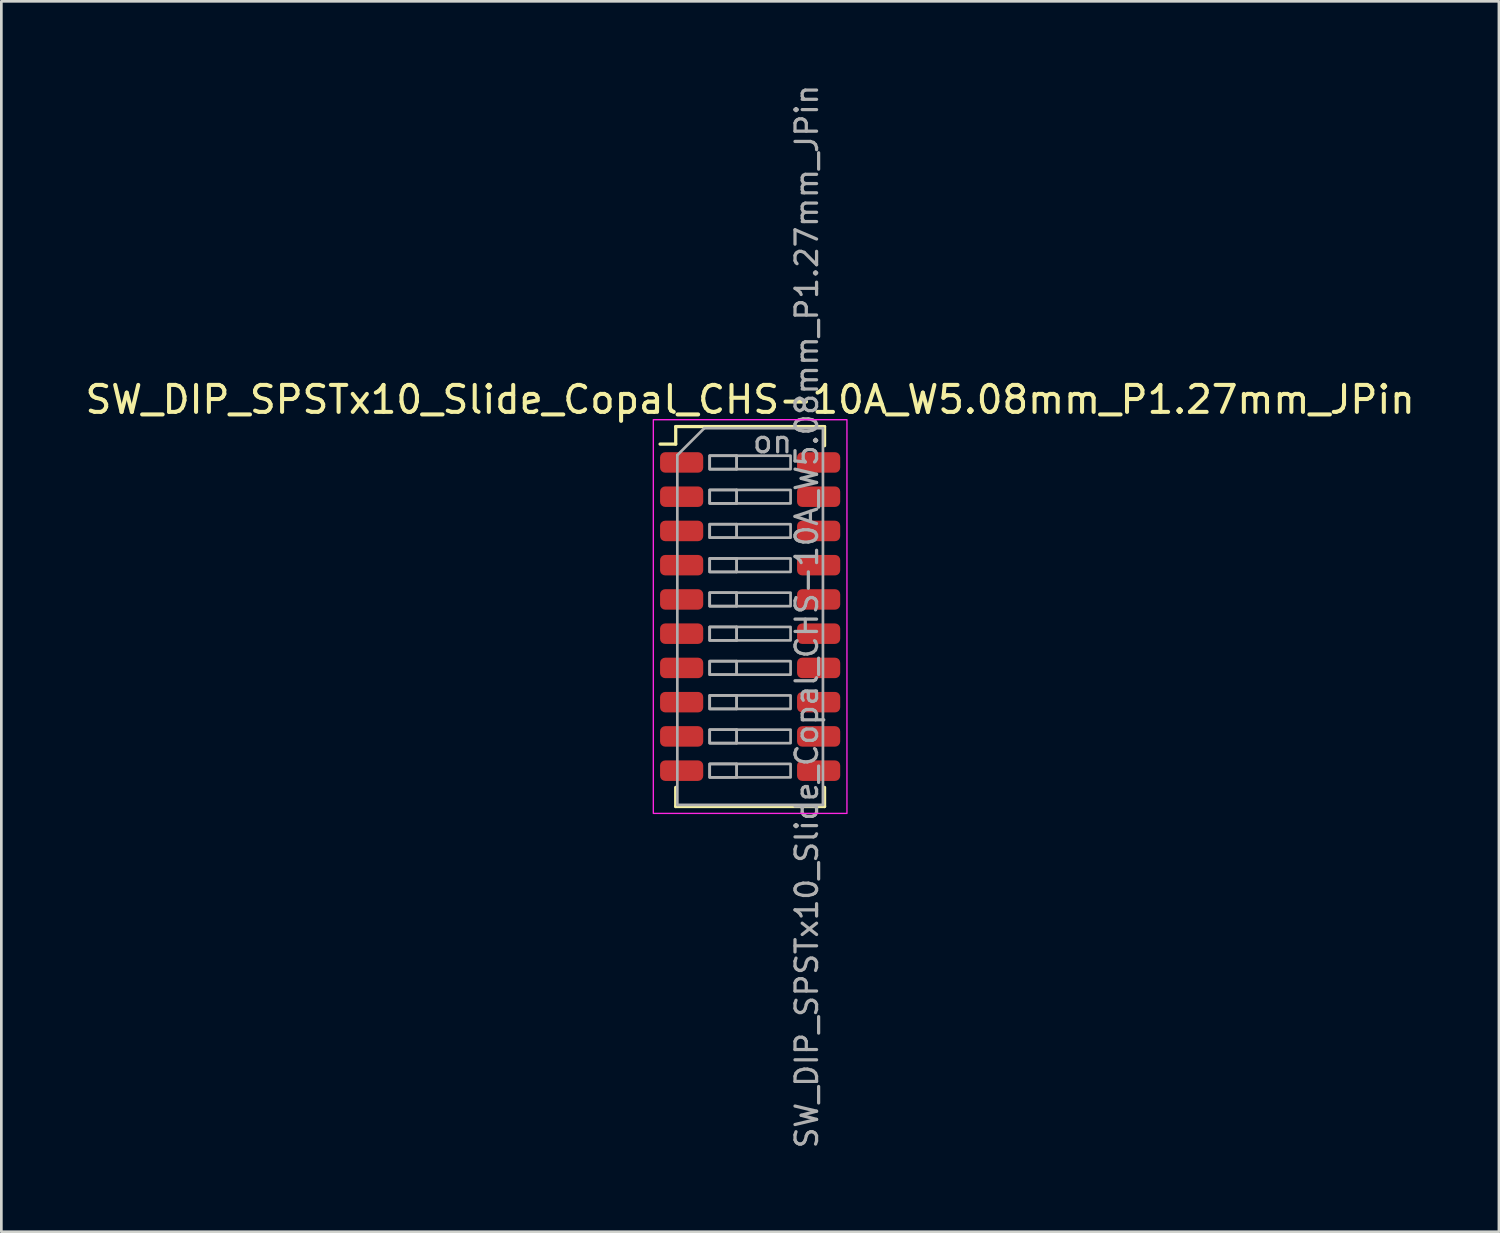
<source format=kicad_pcb>
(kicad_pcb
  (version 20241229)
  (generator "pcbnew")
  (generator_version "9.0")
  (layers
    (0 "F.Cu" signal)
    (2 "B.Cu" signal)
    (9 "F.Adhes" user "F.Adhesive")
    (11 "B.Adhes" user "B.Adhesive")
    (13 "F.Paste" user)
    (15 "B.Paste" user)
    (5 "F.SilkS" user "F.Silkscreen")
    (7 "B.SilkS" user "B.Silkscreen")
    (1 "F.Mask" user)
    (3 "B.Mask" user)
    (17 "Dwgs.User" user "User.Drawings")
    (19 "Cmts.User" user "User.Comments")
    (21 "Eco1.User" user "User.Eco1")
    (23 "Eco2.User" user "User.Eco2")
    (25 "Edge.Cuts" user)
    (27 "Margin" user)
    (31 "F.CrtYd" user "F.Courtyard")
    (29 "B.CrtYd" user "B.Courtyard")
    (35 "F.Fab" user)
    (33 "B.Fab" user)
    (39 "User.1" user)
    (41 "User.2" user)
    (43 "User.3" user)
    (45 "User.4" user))
  (footprint "SW_DIP_SPSTx10_Slide_Copal_CHS-10A_W5.08mm_P1.27mm_JPin"
    (layer "F.Cu")
    (at 24.768 19.814)
    (property "Reference" "SW_DIP_SPSTx10_Slide_Copal_CHS-10A_W5.08mm_P1.27mm_JPin" (at 0 -8.045 0) (layer "F.SilkS") (effects (font (size 1 1) (thickness 0.15))))
    (attr smd)
    (fp_line (start -3.34 -6.395) (end -2.76 -6.395) (stroke (width 0.12) (type solid)) (layer "F.SilkS"))
    (fp_line (start -2.76 -7.045) (end -2.76 -6.395) (stroke (width 0.12) (type solid)) (layer "F.SilkS"))
    (fp_line (start -2.76 -7.045) (end 2.76 -7.045) (stroke (width 0.12) (type solid)) (layer "F.SilkS"))
    (fp_line (start -2.76 7.045) (end -2.76 6.335) (stroke (width 0.12) (type solid)) (layer "F.SilkS"))
    (fp_line (start -2.76 7.045) (end 2.76 7.045) (stroke (width 0.12) (type solid)) (layer "F.SilkS"))
    (fp_line (start 2.76 -7.045) (end 2.76 -6.335) (stroke (width 0.12) (type solid)) (layer "F.SilkS"))
    (fp_line (start 2.76 7.045) (end 2.76 6.335) (stroke (width 0.12) (type solid)) (layer "F.SilkS"))
    (fp_rect (start -3.59 -7.3) (end 3.59 7.3) (stroke (width 0.05) (type solid)) (fill no) (layer "F.CrtYd"))
    (fp_line (start -2.7 -5.985) (end -1.7 -6.985) (stroke (width 0.1) (type solid)) (layer "F.Fab"))
    (fp_line (start -2.7 6.985) (end -2.7 -5.985) (stroke (width 0.1) (type solid)) (layer "F.Fab"))
    (fp_line (start -1.7 -6.985) (end 2.7 -6.985) (stroke (width 0.1) (type solid)) (layer "F.Fab"))
    (fp_line (start -0.5 -5.965) (end -0.5 -5.465) (stroke (width 0.1) (type solid)) (layer "F.Fab"))
    (fp_line (start -0.5 -4.695) (end -0.5 -4.195) (stroke (width 0.1) (type solid)) (layer "F.Fab"))
    (fp_line (start -0.5 -3.425) (end -0.5 -2.925) (stroke (width 0.1) (type solid)) (layer "F.Fab"))
    (fp_line (start -0.5 -2.155) (end -0.5 -1.655) (stroke (width 0.1) (type solid)) (layer "F.Fab"))
    (fp_line (start -0.5 -0.885) (end -0.5 -0.385) (stroke (width 0.1) (type solid)) (layer "F.Fab"))
    (fp_line (start -0.5 0.385) (end -0.5 0.885) (stroke (width 0.1) (type solid)) (layer "F.Fab"))
    (fp_line (start -0.5 1.655) (end -0.5 2.155) (stroke (width 0.1) (type solid)) (layer "F.Fab"))
    (fp_line (start -0.5 2.925) (end -0.5 3.425) (stroke (width 0.1) (type solid)) (layer "F.Fab"))
    (fp_line (start -0.5 4.195) (end -0.5 4.695) (stroke (width 0.1) (type solid)) (layer "F.Fab"))
    (fp_line (start -0.5 5.465) (end -0.5 5.965) (stroke (width 0.1) (type solid)) (layer "F.Fab"))
    (fp_line (start 2.7 -6.985) (end 2.7 6.985) (stroke (width 0.1) (type solid)) (layer "F.Fab"))
    (fp_line (start 2.7 6.985) (end -2.7 6.985) (stroke (width 0.1) (type solid)) (layer "F.Fab"))
    (fp_rect (start -1.5 -5.965) (end -0.5 -5.465) (stroke (width 0.1) (type solid)) (fill no) (layer "F.Fab"))
    (fp_rect (start -1.5 -5.965) (end 1.5 -5.465) (stroke (width 0.1) (type solid)) (fill no) (layer "F.Fab"))
    (fp_rect (start -1.5 -4.695) (end -0.5 -4.195) (stroke (width 0.1) (type solid)) (fill no) (layer "F.Fab"))
    (fp_rect (start -1.5 -4.695) (end 1.5 -4.195) (stroke (width 0.1) (type solid)) (fill no) (layer "F.Fab"))
    (fp_rect (start -1.5 -3.425) (end -0.5 -2.925) (stroke (width 0.1) (type solid)) (fill no) (layer "F.Fab"))
    (fp_rect (start -1.5 -3.425) (end 1.5 -2.925) (stroke (width 0.1) (type solid)) (fill no) (layer "F.Fab"))
    (fp_rect (start -1.5 -2.155) (end -0.5 -1.655) (stroke (width 0.1) (type solid)) (fill no) (layer "F.Fab"))
    (fp_rect (start -1.5 -2.155) (end 1.5 -1.655) (stroke (width 0.1) (type solid)) (fill no) (layer "F.Fab"))
    (fp_rect (start -1.5 -0.885) (end -0.5 -0.385) (stroke (width 0.1) (type solid)) (fill no) (layer "F.Fab"))
    (fp_rect (start -1.5 -0.885) (end 1.5 -0.385) (stroke (width 0.1) (type solid)) (fill no) (layer "F.Fab"))
    (fp_rect (start -1.5 0.385) (end -0.5 0.885) (stroke (width 0.1) (type solid)) (fill no) (layer "F.Fab"))
    (fp_rect (start -1.5 0.385) (end 1.5 0.885) (stroke (width 0.1) (type solid)) (fill no) (layer "F.Fab"))
    (fp_rect (start -1.5 1.655) (end -0.5 2.155) (stroke (width 0.1) (type solid)) (fill no) (layer "F.Fab"))
    (fp_rect (start -1.5 1.655) (end 1.5 2.155) (stroke (width 0.1) (type solid)) (fill no) (layer "F.Fab"))
    (fp_rect (start -1.5 2.925) (end -0.5 3.425) (stroke (width 0.1) (type solid)) (fill no) (layer "F.Fab"))
    (fp_rect (start -1.5 2.925) (end 1.5 3.425) (stroke (width 0.1) (type solid)) (fill no) (layer "F.Fab"))
    (fp_rect (start -1.5 4.195) (end -0.5 4.695) (stroke (width 0.1) (type solid)) (fill no) (layer "F.Fab"))
    (fp_rect (start -1.5 4.195) (end 1.5 4.695) (stroke (width 0.1) (type solid)) (fill no) (layer "F.Fab"))
    (fp_rect (start -1.5 5.465) (end -0.5 5.965) (stroke (width 0.1) (type solid)) (fill no) (layer "F.Fab"))
    (fp_rect (start -1.5 5.465) (end 1.5 5.965) (stroke (width 0.1) (type solid)) (fill no) (layer "F.Fab"))
    (fp_text user "on" (at 0.83 -6.475 0) (layer "F.Fab") (effects (font (size 0.8 0.8) (thickness 0.12))))
    (fp_text user "${REFERENCE}" (at 2.1 0 90) (layer "F.Fab") (effects (font (size 0.8 0.8) (thickness 0.12))))
    (pad "1" smd roundrect (at -2.54 -5.715) (size 1.6 0.76) (layers "F.Cu" "F.Mask" "F.Paste") (roundrect_rratio 0.25))
    (pad "2" smd roundrect (at -2.54 -4.445) (size 1.6 0.76) (layers "F.Cu" "F.Mask" "F.Paste") (roundrect_rratio 0.25))
    (pad "3" smd roundrect (at -2.54 -3.175) (size 1.6 0.76) (layers "F.Cu" "F.Mask" "F.Paste") (roundrect_rratio 0.25))
    (pad "4" smd roundrect (at -2.54 -1.905) (size 1.6 0.76) (layers "F.Cu" "F.Mask" "F.Paste") (roundrect_rratio 0.25))
    (pad "5" smd roundrect (at -2.54 -0.635) (size 1.6 0.76) (layers "F.Cu" "F.Mask" "F.Paste") (roundrect_rratio 0.25))
    (pad "6" smd roundrect (at -2.54 0.635) (size 1.6 0.76) (layers "F.Cu" "F.Mask" "F.Paste") (roundrect_rratio 0.25))
    (pad "7" smd roundrect (at -2.54 1.905) (size 1.6 0.76) (layers "F.Cu" "F.Mask" "F.Paste") (roundrect_rratio 0.25))
    (pad "8" smd roundrect (at -2.54 3.175) (size 1.6 0.76) (layers "F.Cu" "F.Mask" "F.Paste") (roundrect_rratio 0.25))
    (pad "9" smd roundrect (at -2.54 4.445) (size 1.6 0.76) (layers "F.Cu" "F.Mask" "F.Paste") (roundrect_rratio 0.25))
    (pad "10" smd roundrect (at -2.54 5.715) (size 1.6 0.76) (layers "F.Cu" "F.Mask" "F.Paste") (roundrect_rratio 0.25))
    (pad "11" smd roundrect (at 2.54 5.715) (size 1.6 0.76) (layers "F.Cu" "F.Mask" "F.Paste") (roundrect_rratio 0.25))
    (pad "12" smd roundrect (at 2.54 4.445) (size 1.6 0.76) (layers "F.Cu" "F.Mask" "F.Paste") (roundrect_rratio 0.25))
    (pad "13" smd roundrect (at 2.54 3.175) (size 1.6 0.76) (layers "F.Cu" "F.Mask" "F.Paste") (roundrect_rratio 0.25))
    (pad "14" smd roundrect (at 2.54 1.905) (size 1.6 0.76) (layers "F.Cu" "F.Mask" "F.Paste") (roundrect_rratio 0.25))
    (pad "15" smd roundrect (at 2.54 0.635) (size 1.6 0.76) (layers "F.Cu" "F.Mask" "F.Paste") (roundrect_rratio 0.25))
    (pad "16" smd roundrect (at 2.54 -0.635) (size 1.6 0.76) (layers "F.Cu" "F.Mask" "F.Paste") (roundrect_rratio 0.25))
    (pad "17" smd roundrect (at 2.54 -1.905) (size 1.6 0.76) (layers "F.Cu" "F.Mask" "F.Paste") (roundrect_rratio 0.25))
    (pad "18" smd roundrect (at 2.54 -3.175) (size 1.6 0.76) (layers "F.Cu" "F.Mask" "F.Paste") (roundrect_rratio 0.25))
    (pad "19" smd roundrect (at 2.54 -4.445) (size 1.6 0.76) (layers "F.Cu" "F.Mask" "F.Paste") (roundrect_rratio 0.25))
    (pad "20" smd roundrect (at 2.54 -5.715) (size 1.6 0.76) (layers "F.Cu" "F.Mask" "F.Paste") (roundrect_rratio 0.25)))
  (gr_rect
    (start -3 -3)
    (end 52.536 42.629)
    (stroke (width 0.1) (type default))
    (fill no)
    (layer "Edge.Cuts")))
</source>
